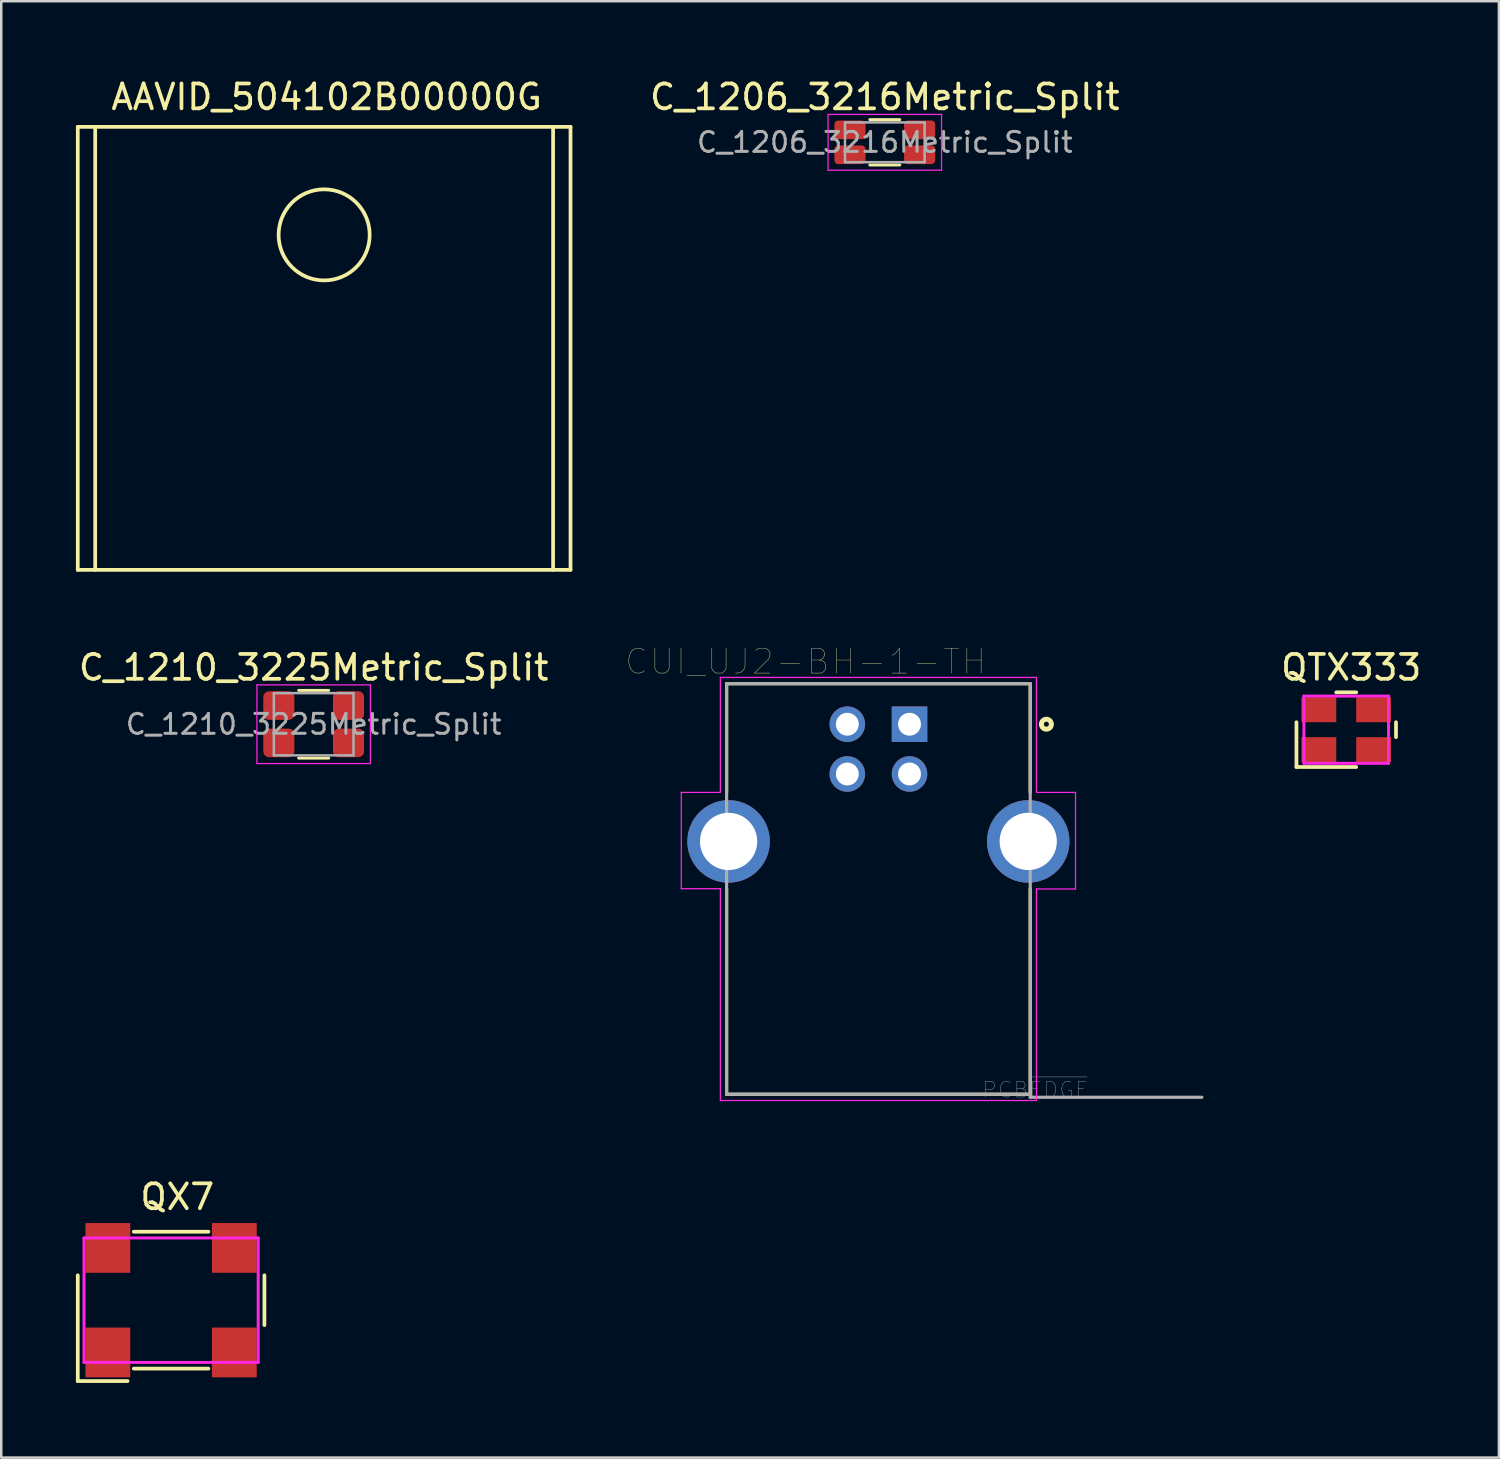
<source format=kicad_pcb>
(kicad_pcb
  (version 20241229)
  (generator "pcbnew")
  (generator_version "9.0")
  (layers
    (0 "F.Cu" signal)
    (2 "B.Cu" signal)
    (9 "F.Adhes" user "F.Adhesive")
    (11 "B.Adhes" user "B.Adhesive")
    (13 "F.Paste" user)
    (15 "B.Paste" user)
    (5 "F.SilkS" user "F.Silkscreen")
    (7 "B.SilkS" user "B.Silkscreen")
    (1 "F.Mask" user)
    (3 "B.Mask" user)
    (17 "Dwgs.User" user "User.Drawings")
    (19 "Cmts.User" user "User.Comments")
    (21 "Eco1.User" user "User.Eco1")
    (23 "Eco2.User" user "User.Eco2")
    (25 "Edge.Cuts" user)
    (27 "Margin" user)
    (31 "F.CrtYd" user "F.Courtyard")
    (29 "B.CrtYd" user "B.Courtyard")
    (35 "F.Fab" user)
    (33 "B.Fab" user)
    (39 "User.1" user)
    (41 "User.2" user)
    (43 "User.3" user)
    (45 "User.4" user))
  (footprint "C_1206_3216Metric_Split"
    (layer "F.Cu")
    (at 32.504 2.668)
    (property "Reference" "C_1206_3216Metric_Split" (at 0 -1.82 0) (layer "F.SilkS") (effects (font (size 1 1) (thickness 0.15))))
    (attr smd)
    (fp_poly (pts (xy -0.8 0.1) (xy -2 0.1) (xy -2 -0.1) (xy -0.8 -0.1)) (stroke (width 0.1) (type solid)) (fill yes) (layer "F.Mask"))
    (fp_poly (pts (xy 2 0.1) (xy 0.8 0.1) (xy 0.8 -0.1) (xy 2 -0.1)) (stroke (width 0.1) (type solid)) (fill yes) (layer "F.Mask"))
    (fp_line (start -0.602 -0.91) (end 0.602 -0.91) (stroke (width 0.12) (type solid)) (layer "F.SilkS"))
    (fp_line (start -0.602 0.91) (end 0.602 0.91) (stroke (width 0.12) (type solid)) (layer "F.SilkS"))
    (fp_line (start -2.28 -1.12) (end 2.28 -1.12) (stroke (width 0.05) (type solid)) (layer "F.CrtYd"))
    (fp_line (start -2.28 1.12) (end -2.28 -1.12) (stroke (width 0.05) (type solid)) (layer "F.CrtYd"))
    (fp_line (start 2.28 -1.12) (end 2.28 1.12) (stroke (width 0.05) (type solid)) (layer "F.CrtYd"))
    (fp_line (start 2.28 1.12) (end -2.28 1.12) (stroke (width 0.05) (type solid)) (layer "F.CrtYd"))
    (fp_line (start -1.6 -0.8) (end 1.6 -0.8) (stroke (width 0.1) (type solid)) (layer "F.Fab"))
    (fp_line (start -1.6 0.8) (end -1.6 -0.8) (stroke (width 0.1) (type solid)) (layer "F.Fab"))
    (fp_line (start 1.6 -0.8) (end 1.6 0.8) (stroke (width 0.1) (type solid)) (layer "F.Fab"))
    (fp_line (start 1.6 0.8) (end -1.6 0.8) (stroke (width 0.1) (type solid)) (layer "F.Fab"))
    (fp_text user "${REFERENCE}" (at 0 0 0) (layer "F.Fab") (effects (font (size 0.8 0.8) (thickness 0.12))))
    (pad "1" smd roundrect (at -1.4 -0.5) (size 1.25 0.75) (layers "F.Cu" "F.Mask" "F.Paste") (roundrect_rratio 0.2))
    (pad "2" smd roundrect (at -1.4 0.5) (size 1.25 0.75) (layers "F.Cu" "F.Mask" "F.Paste") (roundrect_rratio 0.2))
    (pad "3" smd roundrect (at 1.4 0.5) (size 1.25 0.75) (layers "F.Cu" "F.Mask" "F.Paste") (roundrect_rratio 0.2))
    (pad "4" smd roundrect (at 1.4 -0.5) (size 1.25 0.75) (layers "F.Cu" "F.Mask" "F.Paste") (roundrect_rratio 0.2)))
  (footprint "AAVID_504102B00000G"
    (layer "F.Cu")
    (at 9.975 10.948)
    (property "Reference" "AAVID_504102B00000G" (at 0.1 -10.1 0) (layer "F.SilkS") (effects (font (size 1 1) (thickness 0.15))))
    (attr through_hole)
    (fp_line (start -9.9 -8.9) (end -9.9 8.9) (stroke (width 0.15) (type solid)) (layer "F.SilkS"))
    (fp_line (start -9.9 8.9) (end 9.9 8.9) (stroke (width 0.15) (type solid)) (layer "F.SilkS"))
    (fp_line (start -9.2 -8.9) (end -9.2 8.9) (stroke (width 0.15) (type solid)) (layer "F.SilkS"))
    (fp_line (start 9.2 -8.9) (end 9.2 8.9) (stroke (width 0.15) (type solid)) (layer "F.SilkS"))
    (fp_line (start 9.9 -8.9) (end -9.9 -8.9) (stroke (width 0.15) (type solid)) (layer "F.SilkS"))
    (fp_line (start 9.9 -8.9) (end 9.9 8.9) (stroke (width 0.15) (type solid)) (layer "F.SilkS"))
    (fp_circle (center 0 -4.56) (end 1.83 -4.56) (stroke (width 0.15) (type solid)) (fill no) (layer "F.SilkS")))
  (footprint "QX7"
    (layer "F.Cu")
    (at 3.825 49.195)
    (property "Reference" "QX7" (at 0.25 -4.15 0) (layer "F.SilkS") (effects (font (size 1 1) (thickness 0.15))))
    (attr through_hole)
    (fp_line (start -3.75 -1) (end -3.75 3.25) (stroke (width 0.15) (type solid)) (layer "F.SilkS"))
    (fp_line (start -3.75 3.25) (end -1.75 3.25) (stroke (width 0.15) (type solid)) (layer "F.SilkS"))
    (fp_line (start -1.5 -2.75) (end 1.5 -2.75) (stroke (width 0.15) (type solid)) (layer "F.SilkS"))
    (fp_line (start 1.5 2.75) (end -1.5 2.75) (stroke (width 0.15) (type solid)) (layer "F.SilkS"))
    (fp_line (start 3.75 -1) (end 3.75 1) (stroke (width 0.15) (type solid)) (layer "F.SilkS"))
    (fp_line (start -3.5 -2.5) (end 3.5 -2.5) (stroke (width 0.12) (type solid)) (layer "F.CrtYd"))
    (fp_line (start -3.5 2.5) (end -3.5 -2.5) (stroke (width 0.12) (type solid)) (layer "F.CrtYd"))
    (fp_line (start 3.5 -2.5) (end 3.5 2.5) (stroke (width 0.12) (type solid)) (layer "F.CrtYd"))
    (fp_line (start 3.5 2.5) (end -3.5 2.5) (stroke (width 0.12) (type solid)) (layer "F.CrtYd"))
    (pad "1" smd rect (at -2.54 2.1) (size 1.8 2) (layers "F.Cu" "F.Mask" "F.Paste"))
    (pad "2" smd rect (at 2.54 2.1) (size 1.8 2) (layers "F.Cu" "F.Mask" "F.Paste"))
    (pad "3" smd rect (at 2.54 -2.1) (size 1.8 2) (layers "F.Cu" "F.Mask" "F.Paste"))
    (pad "4" smd rect (at -2.54 -2.1) (size 1.8 2) (layers "F.Cu" "F.Mask" "F.Paste")))
  (footprint "QTX333"
    (layer "F.Cu")
    (at 51.045 26.271)
    (property "Reference" "QTX333" (at 0.2 -2.5 0) (layer "F.SilkS") (effects (font (size 1 1) (thickness 0.15))))
    (attr through_hole)
    (fp_line (start -2 1.5) (end -2 -0.3) (stroke (width 0.15) (type solid)) (layer "F.SilkS"))
    (fp_line (start -0.4 -1.5) (end 0.4 -1.5) (stroke (width 0.15) (type solid)) (layer "F.SilkS"))
    (fp_line (start 0.4 1.5) (end -2 1.5) (stroke (width 0.15) (type solid)) (layer "F.SilkS"))
    (fp_line (start 2 -0.3) (end 2 0.3) (stroke (width 0.15) (type solid)) (layer "F.SilkS"))
    (fp_line (start -1.7 -1.35) (end -1.7 1.35) (stroke (width 0.12) (type solid)) (layer "F.CrtYd"))
    (fp_line (start -1.7 -1.35) (end 1.7 -1.35) (stroke (width 0.12) (type solid)) (layer "F.CrtYd"))
    (fp_line (start -1.7 1.35) (end 1.7 1.35) (stroke (width 0.12) (type solid)) (layer "F.CrtYd"))
    (fp_line (start 1.7 -1.35) (end 1.7 1.35) (stroke (width 0.12) (type solid)) (layer "F.CrtYd"))
    (pad "1" smd rect (at -1.1 0.8) (size 1.4 1) (layers "F.Cu" "F.Mask" "F.Paste"))
    (pad "2" smd rect (at 1.1 0.8) (size 1.4 1) (layers "F.Cu" "F.Mask" "F.Paste"))
    (pad "3" smd rect (at 1.1 -0.8) (size 1.4 1) (layers "F.Cu" "F.Mask" "F.Paste"))
    (pad "4" smd rect (at -1.1 -0.8) (size 1.4 1) (layers "F.Cu" "F.Mask" "F.Paste")))
  (footprint "CUI_UJ2-BH-1-TH"
    (layer "F.Cu")
    (at 33.497 26.051)
    (property "Reference" "CUI_UJ2-BH-1-TH" (at -4.178 -2.517 0) (layer "F.SilkS") (effects (font (size 1.001 1.001) (thickness 0.015))))
    (attr through_hole)
    (fp_line (start -7.35 -1.63) (end 4.85 -1.63) (stroke (width 0.127) (type solid)) (layer "F.SilkS"))
    (fp_line (start -7.35 2.74) (end -7.35 -1.63) (stroke (width 0.127) (type solid)) (layer "F.SilkS"))
    (fp_line (start -7.35 6.61) (end -7.35 14.87) (stroke (width 0.127) (type solid)) (layer "F.SilkS"))
    (fp_line (start -7.35 14.87) (end 4.85 14.87) (stroke (width 0.127) (type solid)) (layer "F.SilkS"))
    (fp_line (start 4.85 -1.63) (end 4.85 2.74) (stroke (width 0.127) (type solid)) (layer "F.SilkS"))
    (fp_line (start 4.85 14.87) (end 4.85 6.61) (stroke (width 0.127) (type solid)) (layer "F.SilkS"))
    (fp_circle (center 5.5 0) (end 5.7 0) (stroke (width 0.2) (type solid)) (fill no) (layer "F.SilkS"))
    (fp_line (start -9.17 2.74) (end -7.6 2.74) (stroke (width 0.05) (type solid)) (layer "F.CrtYd"))
    (fp_line (start -9.17 6.61) (end -9.17 2.74) (stroke (width 0.05) (type solid)) (layer "F.CrtYd"))
    (fp_line (start -7.6 -1.88) (end 5.1 -1.88) (stroke (width 0.05) (type solid)) (layer "F.CrtYd"))
    (fp_line (start -7.6 2.74) (end -7.6 -1.88) (stroke (width 0.05) (type solid)) (layer "F.CrtYd"))
    (fp_line (start -7.6 6.61) (end -9.17 6.61) (stroke (width 0.05) (type solid)) (layer "F.CrtYd"))
    (fp_line (start -7.6 15.12) (end -7.6 6.61) (stroke (width 0.05) (type solid)) (layer "F.CrtYd"))
    (fp_line (start 5.1 -1.88) (end 5.1 2.74) (stroke (width 0.05) (type solid)) (layer "F.CrtYd"))
    (fp_line (start 5.1 2.74) (end 6.67 2.74) (stroke (width 0.05) (type solid)) (layer "F.CrtYd"))
    (fp_line (start 5.1 6.62) (end 5.1 15.12) (stroke (width 0.05) (type solid)) (layer "F.CrtYd"))
    (fp_line (start 5.1 15.12) (end -7.6 15.12) (stroke (width 0.05) (type solid)) (layer "F.CrtYd"))
    (fp_line (start 6.67 2.74) (end 6.67 6.62) (stroke (width 0.05) (type solid)) (layer "F.CrtYd"))
    (fp_line (start 6.67 6.62) (end 5.1 6.62) (stroke (width 0.05) (type solid)) (layer "F.CrtYd"))
    (fp_line (start -7.35 -1.63) (end 4.85 -1.63) (stroke (width 0.127) (type solid)) (layer "F.Fab"))
    (fp_line (start -7.35 14.87) (end -7.35 -1.63) (stroke (width 0.127) (type solid)) (layer "F.Fab"))
    (fp_line (start 4.85 -1.63) (end 4.85 14.87) (stroke (width 0.127) (type solid)) (layer "F.Fab"))
    (fp_line (start 4.85 14.87) (end -7.35 14.87) (stroke (width 0.127) (type solid)) (layer "F.Fab"))
    (fp_line (start 4.85 14.87) (end 4.85 14.99) (stroke (width 0.127) (type solid)) (layer "F.Fab"))
    (fp_line (start 4.85 14.99) (end 11.75 14.99) (stroke (width 0.127) (type solid)) (layer "F.Fab"))
    (fp_circle (center 0 0) (end 0.2 0) (stroke (width 0.4) (type solid)) (fill no) (layer "F.Fab"))
    (fp_text user "PCB~{EDGE}" (at 5.05 14.689 0) (layer "F.Fab") (effects (font (size 0.631 0.631) (thickness 0.015))))
    (pad "1" thru_hole rect (at 0 0) (size 1.428 1.428) (drill 0.92) (layers "*.Cu" "*.Mask"))
    (pad "2" thru_hole circle (at -2.5 0) (size 1.428 1.428) (drill 0.92) (layers "*.Cu" "*.Mask"))
    (pad "3" thru_hole circle (at -2.5 2) (size 1.428 1.428) (drill 0.92) (layers "*.Cu" "*.Mask"))
    (pad "4" thru_hole circle (at 0 2) (size 1.428 1.428) (drill 0.92) (layers "*.Cu" "*.Mask"))
    (pad "SH1" thru_hole circle (at -7.27 4.71) (size 3.316 3.316) (drill 2.3) (layers "*.Cu" "*.Mask"))
    (pad "SH2" thru_hole circle (at 4.77 4.71) (size 3.316 3.316) (drill 2.3) (layers "*.Cu" "*.Mask")))
  (footprint "C_1210_3225Metric_Split"
    (layer "F.Cu")
    (at 9.554 26.052)
    (property "Reference" "C_1210_3225Metric_Split" (at 0 -2.28 0) (layer "F.SilkS") (effects (font (size 1 1) (thickness 0.15))))
    (attr smd)
    (fp_poly (pts (xy -0.85 0.15) (xy -1.95 0.15) (xy -1.95 -0.15) (xy -0.85 -0.15)) (stroke (width 0.1) (type solid)) (fill yes) (layer "F.Mask"))
    (fp_poly (pts (xy 1.95 0.15) (xy 0.85 0.15) (xy 0.85 -0.15) (xy 1.95 -0.15)) (stroke (width 0.1) (type solid)) (fill yes) (layer "F.Mask"))
    (fp_line (start -0.602 -1.36) (end 0.602 -1.36) (stroke (width 0.12) (type solid)) (layer "F.SilkS"))
    (fp_line (start -0.602 1.36) (end 0.602 1.36) (stroke (width 0.12) (type solid)) (layer "F.SilkS"))
    (fp_line (start -2.28 -1.58) (end 2.28 -1.58) (stroke (width 0.05) (type solid)) (layer "F.CrtYd"))
    (fp_line (start -2.28 1.58) (end -2.28 -1.58) (stroke (width 0.05) (type solid)) (layer "F.CrtYd"))
    (fp_line (start 2.28 -1.58) (end 2.28 1.58) (stroke (width 0.05) (type solid)) (layer "F.CrtYd"))
    (fp_line (start 2.28 1.58) (end -2.28 1.58) (stroke (width 0.05) (type solid)) (layer "F.CrtYd"))
    (fp_line (start -1.6 -1.25) (end 1.6 -1.25) (stroke (width 0.1) (type solid)) (layer "F.Fab"))
    (fp_line (start -1.6 1.25) (end -1.6 -1.25) (stroke (width 0.1) (type solid)) (layer "F.Fab"))
    (fp_line (start 1.6 -1.25) (end 1.6 1.25) (stroke (width 0.1) (type solid)) (layer "F.Fab"))
    (fp_line (start 1.6 1.25) (end -1.6 1.25) (stroke (width 0.1) (type solid)) (layer "F.Fab"))
    (fp_text user "${REFERENCE}" (at 0 0 0) (layer "F.Fab") (effects (font (size 0.8 0.8) (thickness 0.12))))
    (pad "1" smd roundrect (at -1.4 -0.75) (size 1.25 1.15) (layers "F.Cu" "F.Mask" "F.Paste") (roundrect_rratio 0.2))
    (pad "2" smd roundrect (at -1.4 0.75) (size 1.25 1.15) (layers "F.Cu" "F.Mask" "F.Paste") (roundrect_rratio 0.2))
    (pad "3" smd roundrect (at 1.4 0.75) (size 1.25 1.15) (layers "F.Cu" "F.Mask" "F.Paste") (roundrect_rratio 0.2))
    (pad "4" smd roundrect (at 1.4 -0.75) (size 1.25 1.15) (layers "F.Cu" "F.Mask" "F.Paste") (roundrect_rratio 0.2)))
  (gr_rect
    (start -3 -3)
    (end 57.18 55.52)
    (stroke (width 0.1) (type default))
    (fill no)
    (layer "Edge.Cuts")))
</source>
